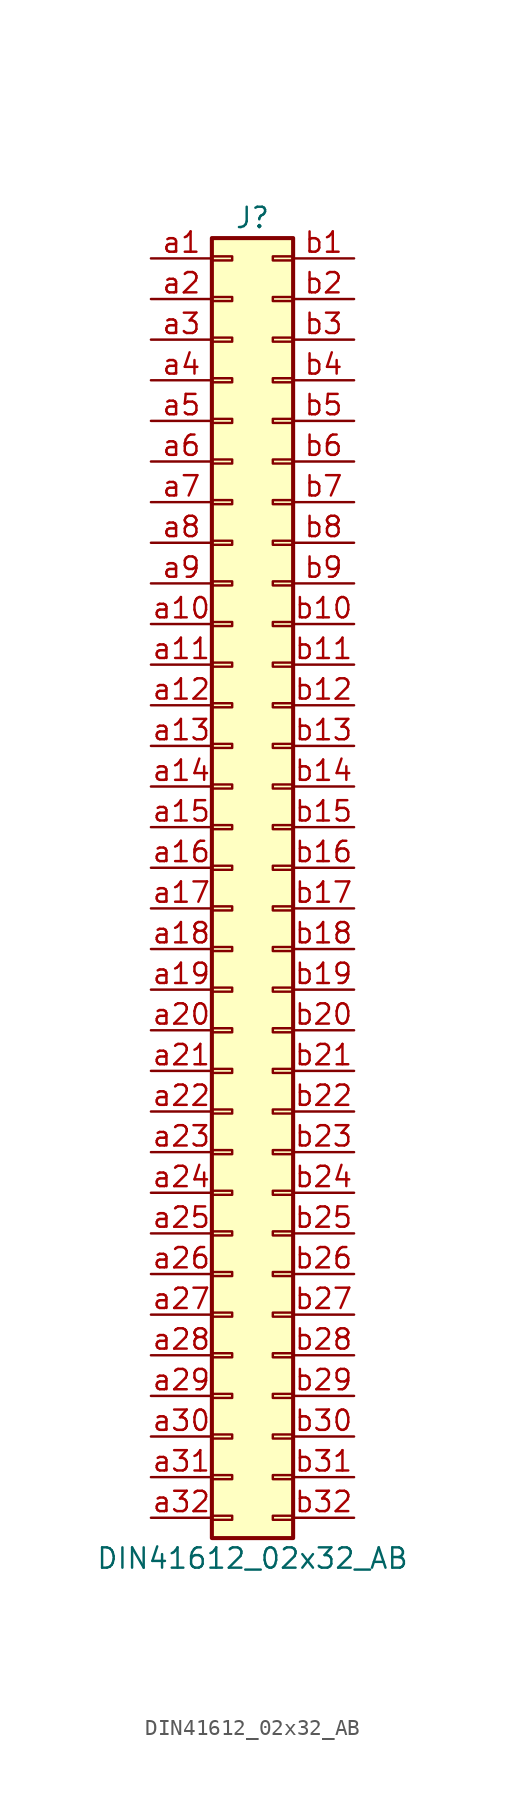
<source format=kicad_sym>
(kicad_symbol_lib
  (version 20211014)
  (generator kicad_symbol_editor)
  (symbol "DIN41612_02x32_AB"
    (pin_names
      (offset 1.016) hide)
    (property "Reference" "J"
      (at 1.27 40.64 0)
      (effects (font (size 1.27 1.27))))
    (property "Value" "DIN41612_02x32_AB"
      (at 1.27 -43.18 0)
      (effects (font (size 1.27 1.27))))
    (symbol "DIN41612_02x32_AB_1_1"
      (rectangle (start -1.27 -40.513) (end 0 -40.767) (stroke (width 0.152) (type default) (color 0 0 0 0)) (fill (type none)))
      (rectangle (start -1.27 -37.973) (end 0 -38.227) (stroke (width 0.152) (type default) (color 0 0 0 0)) (fill (type none)))
      (rectangle (start -1.27 -35.433) (end 0 -35.687) (stroke (width 0.152) (type default) (color 0 0 0 0)) (fill (type none)))
      (rectangle (start -1.27 -32.893) (end 0 -33.147) (stroke (width 0.152) (type default) (color 0 0 0 0)) (fill (type none)))
      (rectangle (start -1.27 -30.353) (end 0 -30.607) (stroke (width 0.152) (type default) (color 0 0 0 0)) (fill (type none)))
      (rectangle (start -1.27 -27.813) (end 0 -28.067) (stroke (width 0.152) (type default) (color 0 0 0 0)) (fill (type none)))
      (rectangle (start -1.27 -25.273) (end 0 -25.527) (stroke (width 0.152) (type default) (color 0 0 0 0)) (fill (type none)))
      (rectangle (start -1.27 -22.733) (end 0 -22.987) (stroke (width 0.152) (type default) (color 0 0 0 0)) (fill (type none)))
      (rectangle (start -1.27 -20.193) (end 0 -20.447) (stroke (width 0.152) (type default) (color 0 0 0 0)) (fill (type none)))
      (rectangle (start -1.27 -17.653) (end 0 -17.907) (stroke (width 0.152) (type default) (color 0 0 0 0)) (fill (type none)))
      (rectangle (start -1.27 -15.113) (end 0 -15.367) (stroke (width 0.152) (type default) (color 0 0 0 0)) (fill (type none)))
      (rectangle (start -1.27 -12.573) (end 0 -12.827) (stroke (width 0.152) (type default) (color 0 0 0 0)) (fill (type none)))
      (rectangle (start -1.27 -10.033) (end 0 -10.287) (stroke (width 0.152) (type default) (color 0 0 0 0)) (fill (type none)))
      (rectangle (start -1.27 -7.493) (end 0 -7.747) (stroke (width 0.152) (type default) (color 0 0 0 0)) (fill (type none)))
      (rectangle (start -1.27 -4.953) (end 0 -5.207) (stroke (width 0.152) (type default) (color 0 0 0 0)) (fill (type none)))
      (rectangle (start -1.27 -2.413) (end 0 -2.667) (stroke (width 0.152) (type default) (color 0 0 0 0)) (fill (type none)))
      (rectangle (start -1.27 0.127) (end 0 -0.127) (stroke (width 0.152) (type default) (color 0 0 0 0)) (fill (type none)))
      (rectangle (start -1.27 2.667) (end 0 2.413) (stroke (width 0.152) (type default) (color 0 0 0 0)) (fill (type none)))
      (rectangle (start -1.27 5.207) (end 0 4.953) (stroke (width 0.152) (type default) (color 0 0 0 0)) (fill (type none)))
      (rectangle (start -1.27 7.747) (end 0 7.493) (stroke (width 0.152) (type default) (color 0 0 0 0)) (fill (type none)))
      (rectangle (start -1.27 10.287) (end 0 10.033) (stroke (width 0.152) (type default) (color 0 0 0 0)) (fill (type none)))
      (rectangle (start -1.27 12.827) (end 0 12.573) (stroke (width 0.152) (type default) (color 0 0 0 0)) (fill (type none)))
      (rectangle (start -1.27 15.367) (end 0 15.113) (stroke (width 0.152) (type default) (color 0 0 0 0)) (fill (type none)))
      (rectangle (start -1.27 17.907) (end 0 17.653) (stroke (width 0.152) (type default) (color 0 0 0 0)) (fill (type none)))
      (rectangle (start -1.27 20.447) (end 0 20.193) (stroke (width 0.152) (type default) (color 0 0 0 0)) (fill (type none)))
      (rectangle (start -1.27 22.987) (end 0 22.733) (stroke (width 0.152) (type default) (color 0 0 0 0)) (fill (type none)))
      (rectangle (start -1.27 25.527) (end 0 25.273) (stroke (width 0.152) (type default) (color 0 0 0 0)) (fill (type none)))
      (rectangle (start -1.27 28.067) (end 0 27.813) (stroke (width 0.152) (type default) (color 0 0 0 0)) (fill (type none)))
      (rectangle (start -1.27 30.607) (end 0 30.353) (stroke (width 0.152) (type default) (color 0 0 0 0)) (fill (type none)))
      (rectangle (start -1.27 33.147) (end 0 32.893) (stroke (width 0.152) (type default) (color 0 0 0 0)) (fill (type none)))
      (rectangle (start -1.27 35.687) (end 0 35.433) (stroke (width 0.152) (type default) (color 0 0 0 0)) (fill (type none)))
      (rectangle (start -1.27 38.227) (end 0 37.973) (stroke (width 0.152) (type default) (color 0 0 0 0)) (fill (type none)))
      (rectangle (start -1.27 39.37) (end 3.81 -41.91) (stroke (width 0.254) (type default) (color 0 0 0 0)) (fill (type background)))
      (rectangle (start 3.81 -40.513) (end 2.54 -40.767) (stroke (width 0.152) (type default) (color 0 0 0 0)) (fill (type none)))
      (rectangle (start 3.81 -37.973) (end 2.54 -38.227) (stroke (width 0.152) (type default) (color 0 0 0 0)) (fill (type none)))
      (rectangle (start 3.81 -35.433) (end 2.54 -35.687) (stroke (width 0.152) (type default) (color 0 0 0 0)) (fill (type none)))
      (rectangle (start 3.81 -32.893) (end 2.54 -33.147) (stroke (width 0.152) (type default) (color 0 0 0 0)) (fill (type none)))
      (rectangle (start 3.81 -30.353) (end 2.54 -30.607) (stroke (width 0.152) (type default) (color 0 0 0 0)) (fill (type none)))
      (rectangle (start 3.81 -27.813) (end 2.54 -28.067) (stroke (width 0.152) (type default) (color 0 0 0 0)) (fill (type none)))
      (rectangle (start 3.81 -25.273) (end 2.54 -25.527) (stroke (width 0.152) (type default) (color 0 0 0 0)) (fill (type none)))
      (rectangle (start 3.81 -22.733) (end 2.54 -22.987) (stroke (width 0.152) (type default) (color 0 0 0 0)) (fill (type none)))
      (rectangle (start 3.81 -20.193) (end 2.54 -20.447) (stroke (width 0.152) (type default) (color 0 0 0 0)) (fill (type none)))
      (rectangle (start 3.81 -17.653) (end 2.54 -17.907) (stroke (width 0.152) (type default) (color 0 0 0 0)) (fill (type none)))
      (rectangle (start 3.81 -15.113) (end 2.54 -15.367) (stroke (width 0.152) (type default) (color 0 0 0 0)) (fill (type none)))
      (rectangle (start 3.81 -12.573) (end 2.54 -12.827) (stroke (width 0.152) (type default) (color 0 0 0 0)) (fill (type none)))
      (rectangle (start 3.81 -10.033) (end 2.54 -10.287) (stroke (width 0.152) (type default) (color 0 0 0 0)) (fill (type none)))
      (rectangle (start 3.81 -7.493) (end 2.54 -7.747) (stroke (width 0.152) (type default) (color 0 0 0 0)) (fill (type none)))
      (rectangle (start 3.81 -4.953) (end 2.54 -5.207) (stroke (width 0.152) (type default) (color 0 0 0 0)) (fill (type none)))
      (rectangle (start 3.81 -2.413) (end 2.54 -2.667) (stroke (width 0.152) (type default) (color 0 0 0 0)) (fill (type none)))
      (rectangle (start 3.81 0.127) (end 2.54 -0.127) (stroke (width 0.152) (type default) (color 0 0 0 0)) (fill (type none)))
      (rectangle (start 3.81 2.667) (end 2.54 2.413) (stroke (width 0.152) (type default) (color 0 0 0 0)) (fill (type none)))
      (rectangle (start 3.81 5.207) (end 2.54 4.953) (stroke (width 0.152) (type default) (color 0 0 0 0)) (fill (type none)))
      (rectangle (start 3.81 7.747) (end 2.54 7.493) (stroke (width 0.152) (type default) (color 0 0 0 0)) (fill (type none)))
      (rectangle (start 3.81 10.287) (end 2.54 10.033) (stroke (width 0.152) (type default) (color 0 0 0 0)) (fill (type none)))
      (rectangle (start 3.81 12.827) (end 2.54 12.573) (stroke (width 0.152) (type default) (color 0 0 0 0)) (fill (type none)))
      (rectangle (start 3.81 15.367) (end 2.54 15.113) (stroke (width 0.152) (type default) (color 0 0 0 0)) (fill (type none)))
      (rectangle (start 3.81 17.907) (end 2.54 17.653) (stroke (width 0.152) (type default) (color 0 0 0 0)) (fill (type none)))
      (rectangle (start 3.81 20.447) (end 2.54 20.193) (stroke (width 0.152) (type default) (color 0 0 0 0)) (fill (type none)))
      (rectangle (start 3.81 22.987) (end 2.54 22.733) (stroke (width 0.152) (type default) (color 0 0 0 0)) (fill (type none)))
      (rectangle (start 3.81 25.527) (end 2.54 25.273) (stroke (width 0.152) (type default) (color 0 0 0 0)) (fill (type none)))
      (rectangle (start 3.81 28.067) (end 2.54 27.813) (stroke (width 0.152) (type default) (color 0 0 0 0)) (fill (type none)))
      (rectangle (start 3.81 30.607) (end 2.54 30.353) (stroke (width 0.152) (type default) (color 0 0 0 0)) (fill (type none)))
      (rectangle (start 3.81 33.147) (end 2.54 32.893) (stroke (width 0.152) (type default) (color 0 0 0 0)) (fill (type none)))
      (rectangle (start 3.81 35.687) (end 2.54 35.433) (stroke (width 0.152) (type default) (color 0 0 0 0)) (fill (type none)))
      (rectangle (start 3.81 38.227) (end 2.54 37.973) (stroke (width 0.152) (type default) (color 0 0 0 0)) (fill (type none)))
      (pin passive line (at -5.08 38.1 0) (length 3.81) (name "Pin_a1" (effects (font (size 1.27 1.27)))) (number "a1" (effects (font (size 1.27 1.27)))))
      (pin passive line (at -5.08 15.24 0) (length 3.81) (name "Pin_a10" (effects (font (size 1.27 1.27)))) (number "a10" (effects (font (size 1.27 1.27)))))
      (pin passive line (at -5.08 12.7 0) (length 3.81) (name "Pin_a11" (effects (font (size 1.27 1.27)))) (number "a11" (effects (font (size 1.27 1.27)))))
      (pin passive line (at -5.08 10.16 0) (length 3.81) (name "Pin_a12" (effects (font (size 1.27 1.27)))) (number "a12" (effects (font (size 1.27 1.27)))))
      (pin passive line (at -5.08 7.62 0) (length 3.81) (name "Pin_a13" (effects (font (size 1.27 1.27)))) (number "a13" (effects (font (size 1.27 1.27)))))
      (pin passive line (at -5.08 5.08 0) (length 3.81) (name "Pin_a14" (effects (font (size 1.27 1.27)))) (number "a14" (effects (font (size 1.27 1.27)))))
      (pin passive line (at -5.08 2.54 0) (length 3.81) (name "Pin_a15" (effects (font (size 1.27 1.27)))) (number "a15" (effects (font (size 1.27 1.27)))))
      (pin passive line (at -5.08 0 0) (length 3.81) (name "Pin_a16" (effects (font (size 1.27 1.27)))) (number "a16" (effects (font (size 1.27 1.27)))))
      (pin passive line (at -5.08 -2.54 0) (length 3.81) (name "Pin_a17" (effects (font (size 1.27 1.27)))) (number "a17" (effects (font (size 1.27 1.27)))))
      (pin passive line (at -5.08 -5.08 0) (length 3.81) (name "Pin_a18" (effects (font (size 1.27 1.27)))) (number "a18" (effects (font (size 1.27 1.27)))))
      (pin passive line (at -5.08 -7.62 0) (length 3.81) (name "Pin_a19" (effects (font (size 1.27 1.27)))) (number "a19" (effects (font (size 1.27 1.27)))))
      (pin passive line (at -5.08 35.56 0) (length 3.81) (name "Pin_a2" (effects (font (size 1.27 1.27)))) (number "a2" (effects (font (size 1.27 1.27)))))
      (pin passive line (at -5.08 -10.16 0) (length 3.81) (name "Pin_a20" (effects (font (size 1.27 1.27)))) (number "a20" (effects (font (size 1.27 1.27)))))
      (pin passive line (at -5.08 -12.7 0) (length 3.81) (name "Pin_a21" (effects (font (size 1.27 1.27)))) (number "a21" (effects (font (size 1.27 1.27)))))
      (pin passive line (at -5.08 -15.24 0) (length 3.81) (name "Pin_a22" (effects (font (size 1.27 1.27)))) (number "a22" (effects (font (size 1.27 1.27)))))
      (pin passive line (at -5.08 -17.78 0) (length 3.81) (name "Pin_a23" (effects (font (size 1.27 1.27)))) (number "a23" (effects (font (size 1.27 1.27)))))
      (pin passive line (at -5.08 -20.32 0) (length 3.81) (name "Pin_a24" (effects (font (size 1.27 1.27)))) (number "a24" (effects (font (size 1.27 1.27)))))
      (pin passive line (at -5.08 -22.86 0) (length 3.81) (name "Pin_a25" (effects (font (size 1.27 1.27)))) (number "a25" (effects (font (size 1.27 1.27)))))
      (pin passive line (at -5.08 -25.4 0) (length 3.81) (name "Pin_a26" (effects (font (size 1.27 1.27)))) (number "a26" (effects (font (size 1.27 1.27)))))
      (pin passive line (at -5.08 -27.94 0) (length 3.81) (name "Pin_a27" (effects (font (size 1.27 1.27)))) (number "a27" (effects (font (size 1.27 1.27)))))
      (pin passive line (at -5.08 -30.48 0) (length 3.81) (name "Pin_a28" (effects (font (size 1.27 1.27)))) (number "a28" (effects (font (size 1.27 1.27)))))
      (pin passive line (at -5.08 -33.02 0) (length 3.81) (name "Pin_a29" (effects (font (size 1.27 1.27)))) (number "a29" (effects (font (size 1.27 1.27)))))
      (pin passive line (at -5.08 33.02 0) (length 3.81) (name "Pin_a3" (effects (font (size 1.27 1.27)))) (number "a3" (effects (font (size 1.27 1.27)))))
      (pin passive line (at -5.08 -35.56 0) (length 3.81) (name "Pin_a30" (effects (font (size 1.27 1.27)))) (number "a30" (effects (font (size 1.27 1.27)))))
      (pin passive line (at -5.08 -38.1 0) (length 3.81) (name "Pin_a31" (effects (font (size 1.27 1.27)))) (number "a31" (effects (font (size 1.27 1.27)))))
      (pin passive line (at -5.08 -40.64 0) (length 3.81) (name "Pin_a32" (effects (font (size 1.27 1.27)))) (number "a32" (effects (font (size 1.27 1.27)))))
      (pin passive line (at -5.08 30.48 0) (length 3.81) (name "Pin_a4" (effects (font (size 1.27 1.27)))) (number "a4" (effects (font (size 1.27 1.27)))))
      (pin passive line (at -5.08 27.94 0) (length 3.81) (name "Pin_a5" (effects (font (size 1.27 1.27)))) (number "a5" (effects (font (size 1.27 1.27)))))
      (pin passive line (at -5.08 25.4 0) (length 3.81) (name "Pin_a6" (effects (font (size 1.27 1.27)))) (number "a6" (effects (font (size 1.27 1.27)))))
      (pin passive line (at -5.08 22.86 0) (length 3.81) (name "Pin_a7" (effects (font (size 1.27 1.27)))) (number "a7" (effects (font (size 1.27 1.27)))))
      (pin passive line (at -5.08 20.32 0) (length 3.81) (name "Pin_a8" (effects (font (size 1.27 1.27)))) (number "a8" (effects (font (size 1.27 1.27)))))
      (pin passive line (at -5.08 17.78 0) (length 3.81) (name "Pin_a9" (effects (font (size 1.27 1.27)))) (number "a9" (effects (font (size 1.27 1.27)))))
      (pin passive line (at 7.62 38.1 180) (length 3.81) (name "Pin_b1" (effects (font (size 1.27 1.27)))) (number "b1" (effects (font (size 1.27 1.27)))))
      (pin passive line (at 7.62 15.24 180) (length 3.81) (name "Pin_b10" (effects (font (size 1.27 1.27)))) (number "b10" (effects (font (size 1.27 1.27)))))
      (pin passive line (at 7.62 12.7 180) (length 3.81) (name "Pin_b11" (effects (font (size 1.27 1.27)))) (number "b11" (effects (font (size 1.27 1.27)))))
      (pin passive line (at 7.62 10.16 180) (length 3.81) (name "Pin_b12" (effects (font (size 1.27 1.27)))) (number "b12" (effects (font (size 1.27 1.27)))))
      (pin passive line (at 7.62 7.62 180) (length 3.81) (name "Pin_b13" (effects (font (size 1.27 1.27)))) (number "b13" (effects (font (size 1.27 1.27)))))
      (pin passive line (at 7.62 5.08 180) (length 3.81) (name "Pin_b14" (effects (font (size 1.27 1.27)))) (number "b14" (effects (font (size 1.27 1.27)))))
      (pin passive line (at 7.62 2.54 180) (length 3.81) (name "Pin_b15" (effects (font (size 1.27 1.27)))) (number "b15" (effects (font (size 1.27 1.27)))))
      (pin passive line (at 7.62 0 180) (length 3.81) (name "Pin_b16" (effects (font (size 1.27 1.27)))) (number "b16" (effects (font (size 1.27 1.27)))))
      (pin passive line (at 7.62 -2.54 180) (length 3.81) (name "Pin_b17" (effects (font (size 1.27 1.27)))) (number "b17" (effects (font (size 1.27 1.27)))))
      (pin passive line (at 7.62 -5.08 180) (length 3.81) (name "Pin_b18" (effects (font (size 1.27 1.27)))) (number "b18" (effects (font (size 1.27 1.27)))))
      (pin passive line (at 7.62 -7.62 180) (length 3.81) (name "Pin_b19" (effects (font (size 1.27 1.27)))) (number "b19" (effects (font (size 1.27 1.27)))))
      (pin passive line (at 7.62 35.56 180) (length 3.81) (name "Pin_b2" (effects (font (size 1.27 1.27)))) (number "b2" (effects (font (size 1.27 1.27)))))
      (pin passive line (at 7.62 -10.16 180) (length 3.81) (name "Pin_b20" (effects (font (size 1.27 1.27)))) (number "b20" (effects (font (size 1.27 1.27)))))
      (pin passive line (at 7.62 -12.7 180) (length 3.81) (name "Pin_b21" (effects (font (size 1.27 1.27)))) (number "b21" (effects (font (size 1.27 1.27)))))
      (pin passive line (at 7.62 -15.24 180) (length 3.81) (name "Pin_b22" (effects (font (size 1.27 1.27)))) (number "b22" (effects (font (size 1.27 1.27)))))
      (pin passive line (at 7.62 -17.78 180) (length 3.81) (name "Pin_b23" (effects (font (size 1.27 1.27)))) (number "b23" (effects (font (size 1.27 1.27)))))
      (pin passive line (at 7.62 -20.32 180) (length 3.81) (name "Pin_b24" (effects (font (size 1.27 1.27)))) (number "b24" (effects (font (size 1.27 1.27)))))
      (pin passive line (at 7.62 -22.86 180) (length 3.81) (name "Pin_b25" (effects (font (size 1.27 1.27)))) (number "b25" (effects (font (size 1.27 1.27)))))
      (pin passive line (at 7.62 -25.4 180) (length 3.81) (name "Pin_b26" (effects (font (size 1.27 1.27)))) (number "b26" (effects (font (size 1.27 1.27)))))
      (pin passive line (at 7.62 -27.94 180) (length 3.81) (name "Pin_b27" (effects (font (size 1.27 1.27)))) (number "b27" (effects (font (size 1.27 1.27)))))
      (pin passive line (at 7.62 -30.48 180) (length 3.81) (name "Pin_b28" (effects (font (size 1.27 1.27)))) (number "b28" (effects (font (size 1.27 1.27)))))
      (pin passive line (at 7.62 -33.02 180) (length 3.81) (name "Pin_b29" (effects (font (size 1.27 1.27)))) (number "b29" (effects (font (size 1.27 1.27)))))
      (pin passive line (at 7.62 33.02 180) (length 3.81) (name "Pin_b3" (effects (font (size 1.27 1.27)))) (number "b3" (effects (font (size 1.27 1.27)))))
      (pin passive line (at 7.62 -35.56 180) (length 3.81) (name "Pin_b30" (effects (font (size 1.27 1.27)))) (number "b30" (effects (font (size 1.27 1.27)))))
      (pin passive line (at 7.62 -38.1 180) (length 3.81) (name "Pin_b31" (effects (font (size 1.27 1.27)))) (number "b31" (effects (font (size 1.27 1.27)))))
      (pin passive line (at 7.62 -40.64 180) (length 3.81) (name "Pin_b32" (effects (font (size 1.27 1.27)))) (number "b32" (effects (font (size 1.27 1.27)))))
      (pin passive line (at 7.62 30.48 180) (length 3.81) (name "Pin_b4" (effects (font (size 1.27 1.27)))) (number "b4" (effects (font (size 1.27 1.27)))))
      (pin passive line (at 7.62 27.94 180) (length 3.81) (name "Pin_b5" (effects (font (size 1.27 1.27)))) (number "b5" (effects (font (size 1.27 1.27)))))
      (pin passive line (at 7.62 25.4 180) (length 3.81) (name "Pin_b6" (effects (font (size 1.27 1.27)))) (number "b6" (effects (font (size 1.27 1.27)))))
      (pin passive line (at 7.62 22.86 180) (length 3.81) (name "Pin_b7" (effects (font (size 1.27 1.27)))) (number "b7" (effects (font (size 1.27 1.27)))))
      (pin passive line (at 7.62 20.32 180) (length 3.81) (name "Pin_b8" (effects (font (size 1.27 1.27)))) (number "b8" (effects (font (size 1.27 1.27)))))
      (pin passive line (at 7.62 17.78 180) (length 3.81) (name "Pin_b9" (effects (font (size 1.27 1.27)))) (number "b9" (effects (font (size 1.27 1.27))))))))
</source>
